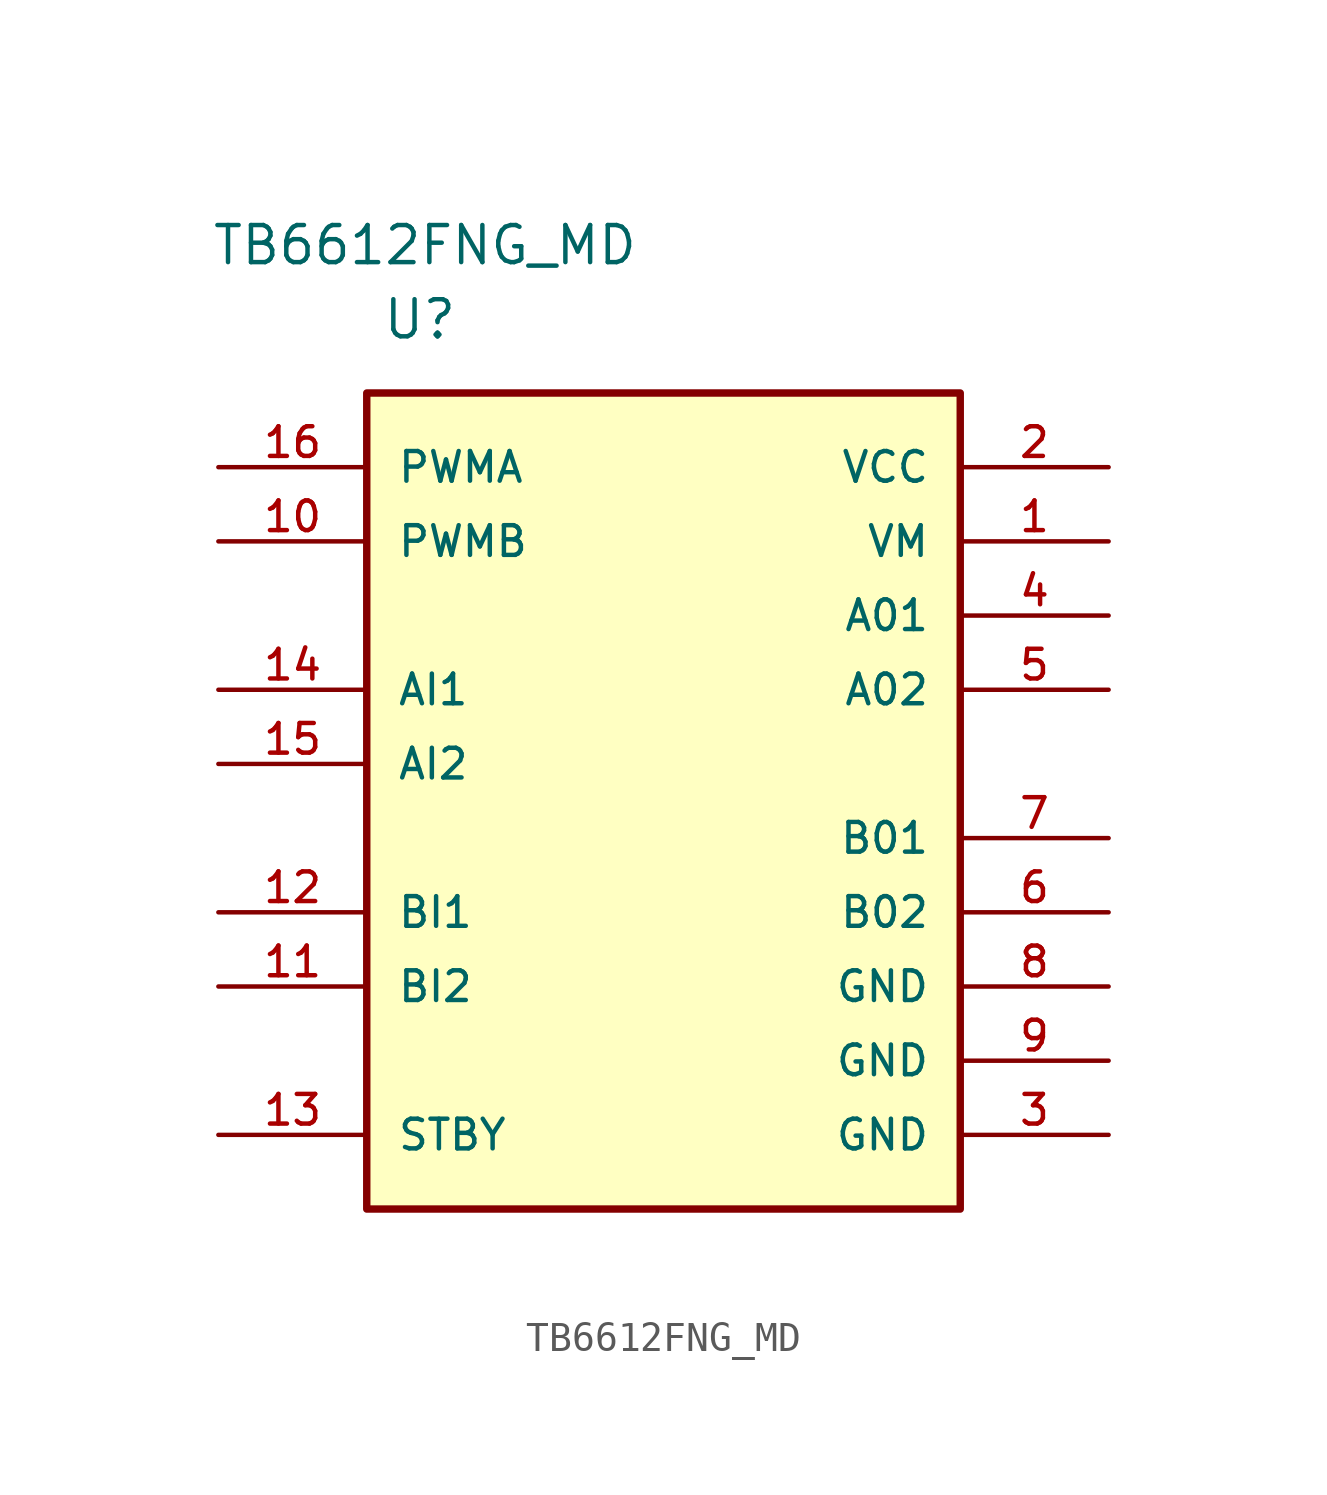
<source format=kicad_sym>
(kicad_symbol_lib
  (version 20241209)
  (generator "kicad_symbol_editor")
  (generator_version "9.0")
  (symbol "TB6612FNG_MD"
    (pin_names
      (offset 1.016))
    (property "Reference" "U"
      (at -9.652 17.018 0)
      (effects (font (size 1.27 1.27)) (justify left bottom)))
    (property "Value" "TB6612FNG_MD"
      (at -15.494 19.558 0)
      (effects (font (size 1.27 1.27)) (justify left bottom)))
    (symbol "TB6612FNG_MD_0_0"
      (rectangle (start -10.16 15.24) (end 10.16 -12.7) (stroke (width 0.254) (type default)) (fill (type background)))
      (pin input line (at -15.24 12.7 0) (length 5.08) (name "PWMA" (effects (font (size 1.016 1.016)))) (number "16" (effects (font (size 1.016 1.016)))))
      (pin input line (at -15.24 10.16 0) (length 5.08) (name "PWMB" (effects (font (size 1.016 1.016)))) (number "10" (effects (font (size 1.016 1.016)))))
      (pin input line (at -15.24 5.08 0) (length 5.08) (name "AI1" (effects (font (size 1.016 1.016)))) (number "14" (effects (font (size 1.016 1.016)))))
      (pin input line (at -15.24 2.54 0) (length 5.08) (name "AI2" (effects (font (size 1.016 1.016)))) (number "15" (effects (font (size 1.016 1.016)))))
      (pin input line (at -15.24 -2.54 0) (length 5.08) (name "BI1" (effects (font (size 1.016 1.016)))) (number "12" (effects (font (size 1.016 1.016)))))
      (pin input line (at -15.24 -5.08 0) (length 5.08) (name "BI2" (effects (font (size 1.016 1.016)))) (number "11" (effects (font (size 1.016 1.016)))))
      (pin input line (at -15.24 -10.16 0) (length 5.08) (name "STBY" (effects (font (size 1.016 1.016)))) (number "13" (effects (font (size 1.016 1.016)))))
      (pin power_in line (at 15.24 12.7 180) (length 5.08) (name "VCC" (effects (font (size 1.016 1.016)))) (number "2" (effects (font (size 1.016 1.016)))))
      (pin power_in line (at 15.24 10.16 180) (length 5.08) (name "VM" (effects (font (size 1.016 1.016)))) (number "1" (effects (font (size 1.016 1.016)))))
      (pin output line (at 15.24 7.62 180) (length 5.08) (name "A01" (effects (font (size 1.016 1.016)))) (number "4" (effects (font (size 1.016 1.016)))))
      (pin output line (at 15.24 5.08 180) (length 5.08) (name "A02" (effects (font (size 1.016 1.016)))) (number "5" (effects (font (size 1.016 1.016)))))
      (pin output line (at 15.24 0 180) (length 5.08) (name "B01" (effects (font (size 1.016 1.016)))) (number "7" (effects (font (size 1.016 1.016)))))
      (pin output line (at 15.24 -2.54 180) (length 5.08) (name "B02" (effects (font (size 1.016 1.016)))) (number "6" (effects (font (size 1.016 1.016)))))
      (pin power_in line (at 15.24 -10.16 180) (length 5.08) (name "GND" (effects (font (size 1.016 1.016)))) (number "3" (effects (font (size 1.016 1.016))))))
    (symbol "TB6612FNG_MD_1_1"
      (pin power_in line (at 15.24 -5.08 180) (length 5.08) (name "GND" (effects (font (size 1.016 1.016)))) (number "8" (effects (font (size 1.016 1.016)))))
      (pin power_in line (at 15.24 -7.62 180) (length 5.08) (name "GND" (effects (font (size 1.016 1.016)))) (number "9" (effects (font (size 1.016 1.016))))))))
</source>
